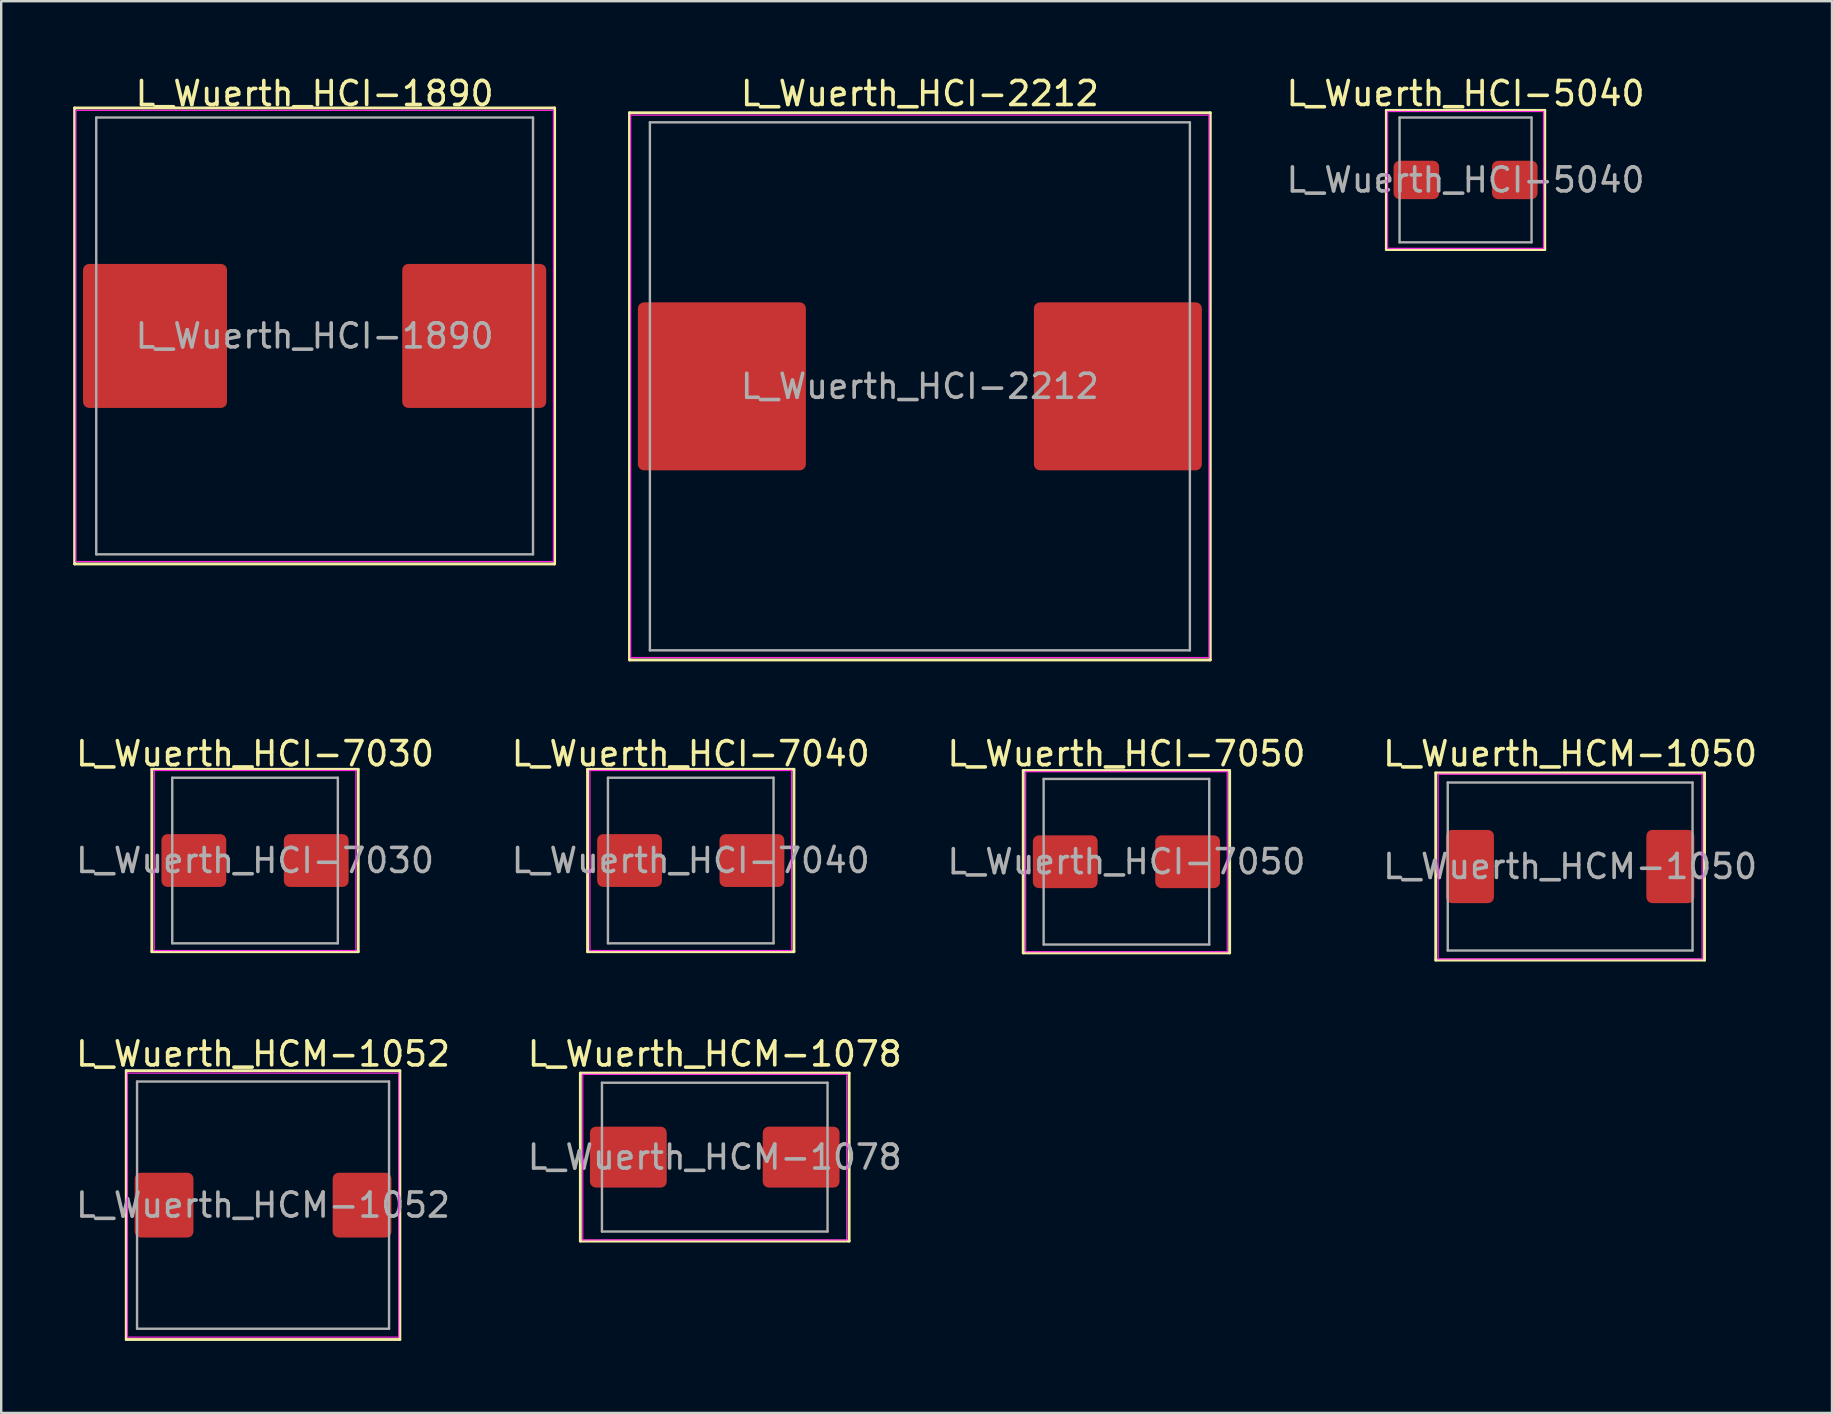
<source format=kicad_pcb>
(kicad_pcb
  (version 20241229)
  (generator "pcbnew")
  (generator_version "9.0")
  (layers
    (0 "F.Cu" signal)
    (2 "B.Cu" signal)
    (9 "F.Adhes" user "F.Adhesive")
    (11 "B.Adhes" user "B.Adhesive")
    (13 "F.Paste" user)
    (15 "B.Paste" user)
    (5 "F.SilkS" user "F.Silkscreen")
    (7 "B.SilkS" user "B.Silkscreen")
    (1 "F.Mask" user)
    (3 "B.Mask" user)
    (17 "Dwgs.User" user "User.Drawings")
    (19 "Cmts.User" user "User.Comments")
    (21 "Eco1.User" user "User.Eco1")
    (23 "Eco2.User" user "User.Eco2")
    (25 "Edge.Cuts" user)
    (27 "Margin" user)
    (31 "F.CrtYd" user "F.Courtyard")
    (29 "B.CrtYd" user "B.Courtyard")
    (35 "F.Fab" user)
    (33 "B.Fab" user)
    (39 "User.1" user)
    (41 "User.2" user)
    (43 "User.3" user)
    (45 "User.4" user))
  (footprint "L_Wuerth_HCI-2212"
    (layer "F.Cu")
    (at 35.28 13.048)
    (property "Reference" "L_Wuerth_HCI-2212" (at 0 -12.2 0) (layer "F.SilkS") (effects (font (size 1 1) (thickness 0.15))))
    (attr smd)
    (fp_line (start -12.1 -11.4) (end -12.1 11.4) (stroke (width 0.12) (type solid)) (layer "F.SilkS"))
    (fp_line (start -12.1 11.4) (end 12.1 11.4) (stroke (width 0.12) (type solid)) (layer "F.SilkS"))
    (fp_line (start 12.1 -11.4) (end -12.1 -11.4) (stroke (width 0.12) (type solid)) (layer "F.SilkS"))
    (fp_line (start 12.1 11.4) (end 12.1 -11.4) (stroke (width 0.12) (type solid)) (layer "F.SilkS"))
    (fp_line (start -12.05 -11.3) (end -12.05 11.3) (stroke (width 0.05) (type solid)) (layer "F.CrtYd"))
    (fp_line (start -12.05 11.3) (end 12.05 11.3) (stroke (width 0.05) (type solid)) (layer "F.CrtYd"))
    (fp_line (start 12.05 -11.3) (end -12.05 -11.3) (stroke (width 0.05) (type solid)) (layer "F.CrtYd"))
    (fp_line (start 12.05 11.3) (end 12.05 -11.3) (stroke (width 0.05) (type solid)) (layer "F.CrtYd"))
    (fp_line (start -11.25 -11) (end -11.25 11) (stroke (width 0.1) (type solid)) (layer "F.Fab"))
    (fp_line (start -11.25 11) (end 11.25 11) (stroke (width 0.1) (type solid)) (layer "F.Fab"))
    (fp_line (start 11.25 -11) (end -11.25 -11) (stroke (width 0.1) (type solid)) (layer "F.Fab"))
    (fp_line (start 11.25 11) (end 11.25 -11) (stroke (width 0.1) (type solid)) (layer "F.Fab"))
    (fp_text user "${REFERENCE}" (at 0 0 0) (layer "F.Fab") (effects (font (size 1 1) (thickness 0.15))))
    (pad "1" smd roundrect (at -8.25 0) (size 7 7) (layers "F.Cu" "F.Mask" "F.Paste") (roundrect_rratio 0.036))
    (pad "2" smd roundrect (at 8.25 0) (size 7 7) (layers "F.Cu" "F.Mask" "F.Paste") (roundrect_rratio 0.036)))
  (footprint "L_Wuerth_HCM-1078"
    (layer "F.Cu")
    (at 26.732 45.165)
    (property "Reference" "L_Wuerth_HCM-1078" (at 0 -4.3 0) (layer "F.SilkS") (effects (font (size 1 1) (thickness 0.15))))
    (attr smd)
    (fp_line (start -5.6 -3.5) (end -5.6 3.5) (stroke (width 0.12) (type solid)) (layer "F.SilkS"))
    (fp_line (start -5.6 3.5) (end 5.6 3.5) (stroke (width 0.12) (type solid)) (layer "F.SilkS"))
    (fp_line (start 5.6 -3.5) (end -5.6 -3.5) (stroke (width 0.12) (type solid)) (layer "F.SilkS"))
    (fp_line (start 5.6 3.5) (end 5.6 -3.5) (stroke (width 0.12) (type solid)) (layer "F.SilkS"))
    (fp_line (start -5.5 -3.45) (end -5.5 3.45) (stroke (width 0.05) (type solid)) (layer "F.CrtYd"))
    (fp_line (start -5.5 3.45) (end 5.5 3.45) (stroke (width 0.05) (type solid)) (layer "F.CrtYd"))
    (fp_line (start 5.5 -3.45) (end -5.5 -3.45) (stroke (width 0.05) (type solid)) (layer "F.CrtYd"))
    (fp_line (start 5.5 3.45) (end 5.5 -3.45) (stroke (width 0.05) (type solid)) (layer "F.CrtYd"))
    (fp_line (start -4.7 -3.1) (end -4.7 3.1) (stroke (width 0.1) (type solid)) (layer "F.Fab"))
    (fp_line (start -4.7 3.1) (end 4.7 3.1) (stroke (width 0.1) (type solid)) (layer "F.Fab"))
    (fp_line (start 4.7 -3.1) (end -4.7 -3.1) (stroke (width 0.1) (type solid)) (layer "F.Fab"))
    (fp_line (start 4.7 3.1) (end 4.7 -3.1) (stroke (width 0.1) (type solid)) (layer "F.Fab"))
    (fp_text user "${REFERENCE}" (at 0 0 0) (layer "F.Fab") (effects (font (size 1 1) (thickness 0.15))))
    (pad "1" smd roundrect (at -3.6 0) (size 3.2 2.54) (layers "F.Cu" "F.Mask" "F.Paste") (roundrect_rratio 0.098))
    (pad "2" smd roundrect (at 3.6 0) (size 3.2 2.54) (layers "F.Cu" "F.Mask" "F.Paste") (roundrect_rratio 0.098)))
  (footprint "L_Wuerth_HCI-1890"
    (layer "F.Cu")
    (at 10.06 10.948)
    (property "Reference" "L_Wuerth_HCI-1890" (at 0 -10.1 0) (layer "F.SilkS") (effects (font (size 1 1) (thickness 0.15))))
    (attr smd)
    (fp_line (start -10 -9.5) (end -10 9.5) (stroke (width 0.12) (type solid)) (layer "F.SilkS"))
    (fp_line (start -10 9.5) (end 10 9.5) (stroke (width 0.12) (type solid)) (layer "F.SilkS"))
    (fp_line (start 10 -9.5) (end -10 -9.5) (stroke (width 0.12) (type solid)) (layer "F.SilkS"))
    (fp_line (start 10 9.5) (end 10 -9.5) (stroke (width 0.12) (type solid)) (layer "F.SilkS"))
    (fp_line (start -9.95 -9.4) (end -9.95 9.4) (stroke (width 0.05) (type solid)) (layer "F.CrtYd"))
    (fp_line (start -9.95 9.4) (end 9.95 9.4) (stroke (width 0.05) (type solid)) (layer "F.CrtYd"))
    (fp_line (start 9.95 -9.4) (end -9.95 -9.4) (stroke (width 0.05) (type solid)) (layer "F.CrtYd"))
    (fp_line (start 9.95 9.4) (end 9.95 -9.4) (stroke (width 0.05) (type solid)) (layer "F.CrtYd"))
    (fp_line (start -9.1 -9.1) (end -9.1 9.1) (stroke (width 0.1) (type solid)) (layer "F.Fab"))
    (fp_line (start -9.1 9.1) (end 9.1 9.1) (stroke (width 0.1) (type solid)) (layer "F.Fab"))
    (fp_line (start 9.1 -9.1) (end -9.1 -9.1) (stroke (width 0.1) (type solid)) (layer "F.Fab"))
    (fp_line (start 9.1 9.1) (end 9.1 -9.1) (stroke (width 0.1) (type solid)) (layer "F.Fab"))
    (fp_text user "${REFERENCE}" (at 0 0 0) (layer "F.Fab") (effects (font (size 1 1) (thickness 0.15))))
    (pad "1" smd roundrect (at -6.65 0) (size 6 6) (layers "F.Cu" "F.Mask" "F.Paste") (roundrect_rratio 0.042))
    (pad "2" smd roundrect (at 6.65 0) (size 6 6) (layers "F.Cu" "F.Mask" "F.Paste") (roundrect_rratio 0.042)))
  (footprint "L_Wuerth_HCM-1052"
    (layer "F.Cu")
    (at 7.911 47.165)
    (property "Reference" "L_Wuerth_HCM-1052" (at 0 -6.3 0) (layer "F.SilkS") (effects (font (size 1 1) (thickness 0.15))))
    (attr smd)
    (fp_line (start -5.7 -5.6) (end -5.7 5.6) (stroke (width 0.12) (type solid)) (layer "F.SilkS"))
    (fp_line (start -5.7 5.6) (end 5.7 5.6) (stroke (width 0.12) (type solid)) (layer "F.SilkS"))
    (fp_line (start 5.7 -5.6) (end -5.7 -5.6) (stroke (width 0.12) (type solid)) (layer "F.SilkS"))
    (fp_line (start 5.7 5.6) (end 5.7 -5.6) (stroke (width 0.12) (type solid)) (layer "F.SilkS"))
    (fp_line (start -5.65 -5.5) (end -5.65 5.5) (stroke (width 0.05) (type solid)) (layer "F.CrtYd"))
    (fp_line (start -5.65 5.5) (end 5.65 5.5) (stroke (width 0.05) (type solid)) (layer "F.CrtYd"))
    (fp_line (start 5.65 -5.5) (end -5.65 -5.5) (stroke (width 0.05) (type solid)) (layer "F.CrtYd"))
    (fp_line (start 5.65 5.5) (end 5.65 -5.5) (stroke (width 0.05) (type solid)) (layer "F.CrtYd"))
    (fp_line (start -5.25 -5.15) (end -5.25 5.15) (stroke (width 0.1) (type solid)) (layer "F.Fab"))
    (fp_line (start -5.25 5.15) (end 5.25 5.15) (stroke (width 0.1) (type solid)) (layer "F.Fab"))
    (fp_line (start 5.25 -5.15) (end -5.25 -5.15) (stroke (width 0.1) (type solid)) (layer "F.Fab"))
    (fp_line (start 5.25 5.15) (end 5.25 -5.15) (stroke (width 0.1) (type solid)) (layer "F.Fab"))
    (fp_text user "${REFERENCE}" (at 0 0 0) (layer "F.Fab") (effects (font (size 1 1) (thickness 0.15))))
    (pad "1" smd roundrect (at -4.125 0) (size 2.45 2.7) (layers "F.Cu" "F.Mask" "F.Paste") (roundrect_rratio 0.102))
    (pad "2" smd roundrect (at 4.125 0) (size 2.45 2.7) (layers "F.Cu" "F.Mask" "F.Paste") (roundrect_rratio 0.102)))
  (footprint "L_Wuerth_HCI-7040"
    (layer "F.Cu")
    (at 25.732 32.806)
    (property "Reference" "L_Wuerth_HCI-7040" (at 0 -4.45 0) (layer "F.SilkS") (effects (font (size 1 1) (thickness 0.15))))
    (attr smd)
    (fp_line (start -4.3 -3.8) (end -4.3 3.8) (stroke (width 0.12) (type solid)) (layer "F.SilkS"))
    (fp_line (start -4.3 3.8) (end 4.3 3.8) (stroke (width 0.12) (type solid)) (layer "F.SilkS"))
    (fp_line (start 4.3 -3.8) (end -4.3 -3.8) (stroke (width 0.12) (type solid)) (layer "F.SilkS"))
    (fp_line (start 4.3 3.8) (end 4.3 -3.8) (stroke (width 0.12) (type solid)) (layer "F.SilkS"))
    (fp_line (start -4.2 -3.75) (end -4.2 3.75) (stroke (width 0.05) (type solid)) (layer "F.CrtYd"))
    (fp_line (start -4.2 3.75) (end 4.2 3.75) (stroke (width 0.05) (type solid)) (layer "F.CrtYd"))
    (fp_line (start 4.2 -3.75) (end -4.2 -3.75) (stroke (width 0.05) (type solid)) (layer "F.CrtYd"))
    (fp_line (start 4.2 3.75) (end 4.2 -3.75) (stroke (width 0.05) (type solid)) (layer "F.CrtYd"))
    (fp_line (start -3.45 -3.45) (end -3.45 3.45) (stroke (width 0.1) (type solid)) (layer "F.Fab"))
    (fp_line (start -3.45 3.45) (end 3.45 3.45) (stroke (width 0.1) (type solid)) (layer "F.Fab"))
    (fp_line (start 3.45 -3.45) (end -3.45 -3.45) (stroke (width 0.1) (type solid)) (layer "F.Fab"))
    (fp_line (start 3.45 3.45) (end 3.45 -3.45) (stroke (width 0.1) (type solid)) (layer "F.Fab"))
    (fp_text user "${REFERENCE}" (at 0 0 0) (layer "F.Fab") (effects (font (size 1 1) (thickness 0.15))))
    (pad "1" smd roundrect (at -2.55 0) (size 2.7 2.2) (layers "F.Cu" "F.Mask" "F.Paste") (roundrect_rratio 0.114))
    (pad "2" smd roundrect (at 2.55 0) (size 2.7 2.2) (layers "F.Cu" "F.Mask" "F.Paste") (roundrect_rratio 0.114)))
  (footprint "L_Wuerth_HCI-7030"
    (layer "F.Cu")
    (at 7.577 32.806)
    (property "Reference" "L_Wuerth_HCI-7030" (at 0 -4.45 0) (layer "F.SilkS") (effects (font (size 1 1) (thickness 0.15))))
    (attr smd)
    (fp_line (start -4.3 -3.8) (end -4.3 3.8) (stroke (width 0.12) (type solid)) (layer "F.SilkS"))
    (fp_line (start -4.3 3.8) (end 4.3 3.8) (stroke (width 0.12) (type solid)) (layer "F.SilkS"))
    (fp_line (start 4.3 -3.8) (end -4.3 -3.8) (stroke (width 0.12) (type solid)) (layer "F.SilkS"))
    (fp_line (start 4.3 3.8) (end 4.3 -3.8) (stroke (width 0.12) (type solid)) (layer "F.SilkS"))
    (fp_line (start -4.2 -3.75) (end -4.2 3.75) (stroke (width 0.05) (type solid)) (layer "F.CrtYd"))
    (fp_line (start -4.2 3.75) (end 4.2 3.75) (stroke (width 0.05) (type solid)) (layer "F.CrtYd"))
    (fp_line (start 4.2 -3.75) (end -4.2 -3.75) (stroke (width 0.05) (type solid)) (layer "F.CrtYd"))
    (fp_line (start 4.2 3.75) (end 4.2 -3.75) (stroke (width 0.05) (type solid)) (layer "F.CrtYd"))
    (fp_line (start -3.45 -3.45) (end -3.45 3.45) (stroke (width 0.1) (type solid)) (layer "F.Fab"))
    (fp_line (start -3.45 3.45) (end 3.45 3.45) (stroke (width 0.1) (type solid)) (layer "F.Fab"))
    (fp_line (start 3.45 -3.45) (end -3.45 -3.45) (stroke (width 0.1) (type solid)) (layer "F.Fab"))
    (fp_line (start 3.45 3.45) (end 3.45 -3.45) (stroke (width 0.1) (type solid)) (layer "F.Fab"))
    (fp_text user "${REFERENCE}" (at 0 0 0) (layer "F.Fab") (effects (font (size 1 1) (thickness 0.15))))
    (pad "1" smd roundrect (at -2.55 0) (size 2.7 2.2) (layers "F.Cu" "F.Mask" "F.Paste") (roundrect_rratio 0.114))
    (pad "2" smd roundrect (at 2.55 0) (size 2.7 2.2) (layers "F.Cu" "F.Mask" "F.Paste") (roundrect_rratio 0.114)))
  (footprint "L_Wuerth_HCI-5040"
    (layer "F.Cu")
    (at 58.017 4.448)
    (property "Reference" "L_Wuerth_HCI-5040" (at 0 -3.6 0) (layer "F.SilkS") (effects (font (size 1 1) (thickness 0.15))))
    (attr smd)
    (fp_line (start -3.3 -2.9) (end -3.3 2.9) (stroke (width 0.12) (type solid)) (layer "F.SilkS"))
    (fp_line (start -3.3 2.9) (end 3.3 2.9) (stroke (width 0.12) (type solid)) (layer "F.SilkS"))
    (fp_line (start 3.3 -2.9) (end -3.3 -2.9) (stroke (width 0.12) (type solid)) (layer "F.SilkS"))
    (fp_line (start 3.3 2.9) (end 3.3 -2.9) (stroke (width 0.12) (type solid)) (layer "F.SilkS"))
    (fp_line (start -3.25 -2.85) (end -3.25 2.85) (stroke (width 0.05) (type solid)) (layer "F.CrtYd"))
    (fp_line (start -3.25 2.85) (end 3.25 2.85) (stroke (width 0.05) (type solid)) (layer "F.CrtYd"))
    (fp_line (start 3.25 -2.85) (end -3.25 -2.85) (stroke (width 0.05) (type solid)) (layer "F.CrtYd"))
    (fp_line (start 3.25 2.85) (end 3.25 -2.85) (stroke (width 0.05) (type solid)) (layer "F.CrtYd"))
    (fp_line (start -2.75 -2.6) (end -2.75 2.6) (stroke (width 0.1) (type solid)) (layer "F.Fab"))
    (fp_line (start -2.75 2.6) (end 2.75 2.6) (stroke (width 0.1) (type solid)) (layer "F.Fab"))
    (fp_line (start 2.75 -2.6) (end -2.75 -2.6) (stroke (width 0.1) (type solid)) (layer "F.Fab"))
    (fp_line (start 2.75 2.6) (end 2.75 -2.6) (stroke (width 0.1) (type solid)) (layer "F.Fab"))
    (fp_text user "${REFERENCE}" (at 0 0 0) (layer "F.Fab") (effects (font (size 1 1) (thickness 0.15))))
    (pad "1" smd roundrect (at -2.05 0) (size 1.9 1.6) (layers "F.Cu" "F.Mask" "F.Paste") (roundrect_rratio 0.156))
    (pad "2" smd roundrect (at 2.05 0) (size 1.9 1.6) (layers "F.Cu" "F.Mask" "F.Paste") (roundrect_rratio 0.156)))
  (footprint "L_Wuerth_HCI-7050"
    (layer "F.Cu")
    (at 43.887 32.856)
    (property "Reference" "L_Wuerth_HCI-7050" (at 0 -4.5 0) (layer "F.SilkS") (effects (font (size 1 1) (thickness 0.15))))
    (attr smd)
    (fp_line (start -4.3 -3.8) (end -4.3 3.8) (stroke (width 0.12) (type solid)) (layer "F.SilkS"))
    (fp_line (start -4.3 3.8) (end 4.3 3.8) (stroke (width 0.12) (type solid)) (layer "F.SilkS"))
    (fp_line (start 4.3 -3.8) (end -4.3 -3.8) (stroke (width 0.12) (type solid)) (layer "F.SilkS"))
    (fp_line (start 4.3 3.8) (end 4.3 -3.8) (stroke (width 0.12) (type solid)) (layer "F.SilkS"))
    (fp_line (start -4.2 -3.75) (end -4.2 3.75) (stroke (width 0.05) (type solid)) (layer "F.CrtYd"))
    (fp_line (start -4.2 3.75) (end 4.2 3.75) (stroke (width 0.05) (type solid)) (layer "F.CrtYd"))
    (fp_line (start 4.2 -3.75) (end -4.2 -3.75) (stroke (width 0.05) (type solid)) (layer "F.CrtYd"))
    (fp_line (start 4.2 3.75) (end 4.2 -3.75) (stroke (width 0.05) (type solid)) (layer "F.CrtYd"))
    (fp_line (start -3.45 -3.45) (end -3.45 3.45) (stroke (width 0.1) (type solid)) (layer "F.Fab"))
    (fp_line (start -3.45 3.45) (end 3.45 3.45) (stroke (width 0.1) (type solid)) (layer "F.Fab"))
    (fp_line (start 3.45 -3.45) (end -3.45 -3.45) (stroke (width 0.1) (type solid)) (layer "F.Fab"))
    (fp_line (start 3.45 3.45) (end 3.45 -3.45) (stroke (width 0.1) (type solid)) (layer "F.Fab"))
    (fp_text user "${REFERENCE}" (at 0 0 0) (layer "F.Fab") (effects (font (size 1 1) (thickness 0.15))))
    (pad "1" smd roundrect (at -2.55 0) (size 2.7 2.2) (layers "F.Cu" "F.Mask" "F.Paste") (roundrect_rratio 0.114))
    (pad "2" smd roundrect (at 2.55 0) (size 2.7 2.2) (layers "F.Cu" "F.Mask" "F.Paste") (roundrect_rratio 0.114)))
  (footprint "L_Wuerth_HCM-1050"
    (layer "F.Cu")
    (at 62.375 33.056)
    (property "Reference" "L_Wuerth_HCM-1050" (at 0 -4.7 0) (layer "F.SilkS") (effects (font (size 1 1) (thickness 0.15))))
    (attr smd)
    (fp_line (start -5.6 -3.9) (end -5.6 3.9) (stroke (width 0.12) (type solid)) (layer "F.SilkS"))
    (fp_line (start -5.6 3.9) (end 5.6 3.9) (stroke (width 0.12) (type solid)) (layer "F.SilkS"))
    (fp_line (start 5.6 -3.9) (end -5.6 -3.9) (stroke (width 0.12) (type solid)) (layer "F.SilkS"))
    (fp_line (start 5.6 3.9) (end 5.6 -3.9) (stroke (width 0.12) (type solid)) (layer "F.SilkS"))
    (fp_line (start -5.5 -3.85) (end -5.5 3.85) (stroke (width 0.05) (type solid)) (layer "F.CrtYd"))
    (fp_line (start -5.5 3.85) (end 5.5 3.85) (stroke (width 0.05) (type solid)) (layer "F.CrtYd"))
    (fp_line (start 5.5 -3.85) (end -5.5 -3.85) (stroke (width 0.05) (type solid)) (layer "F.CrtYd"))
    (fp_line (start 5.5 3.85) (end 5.5 -3.85) (stroke (width 0.05) (type solid)) (layer "F.CrtYd"))
    (fp_line (start -5.1 -3.5) (end -5.1 3.5) (stroke (width 0.1) (type solid)) (layer "F.Fab"))
    (fp_line (start -5.1 3.5) (end 5.1 3.5) (stroke (width 0.1) (type solid)) (layer "F.Fab"))
    (fp_line (start 5.1 -3.5) (end -5.1 -3.5) (stroke (width 0.1) (type solid)) (layer "F.Fab"))
    (fp_line (start 5.1 3.5) (end 5.1 -3.5) (stroke (width 0.1) (type solid)) (layer "F.Fab"))
    (fp_text user "${REFERENCE}" (at 0 0 0) (layer "F.Fab") (effects (font (size 1 1) (thickness 0.15))))
    (pad "1" smd roundrect (at -4.175 0) (size 2 3.05) (layers "F.Cu" "F.Mask" "F.Paste") (roundrect_rratio 0.125))
    (pad "2" smd roundrect (at 4.175 0) (size 2 3.05) (layers "F.Cu" "F.Mask" "F.Paste") (roundrect_rratio 0.125)))
  (gr_rect
    (start -3 -3)
    (end 73.286 55.825)
    (stroke (width 0.1) (type default))
    (fill no)
    (layer "Edge.Cuts")))
</source>
